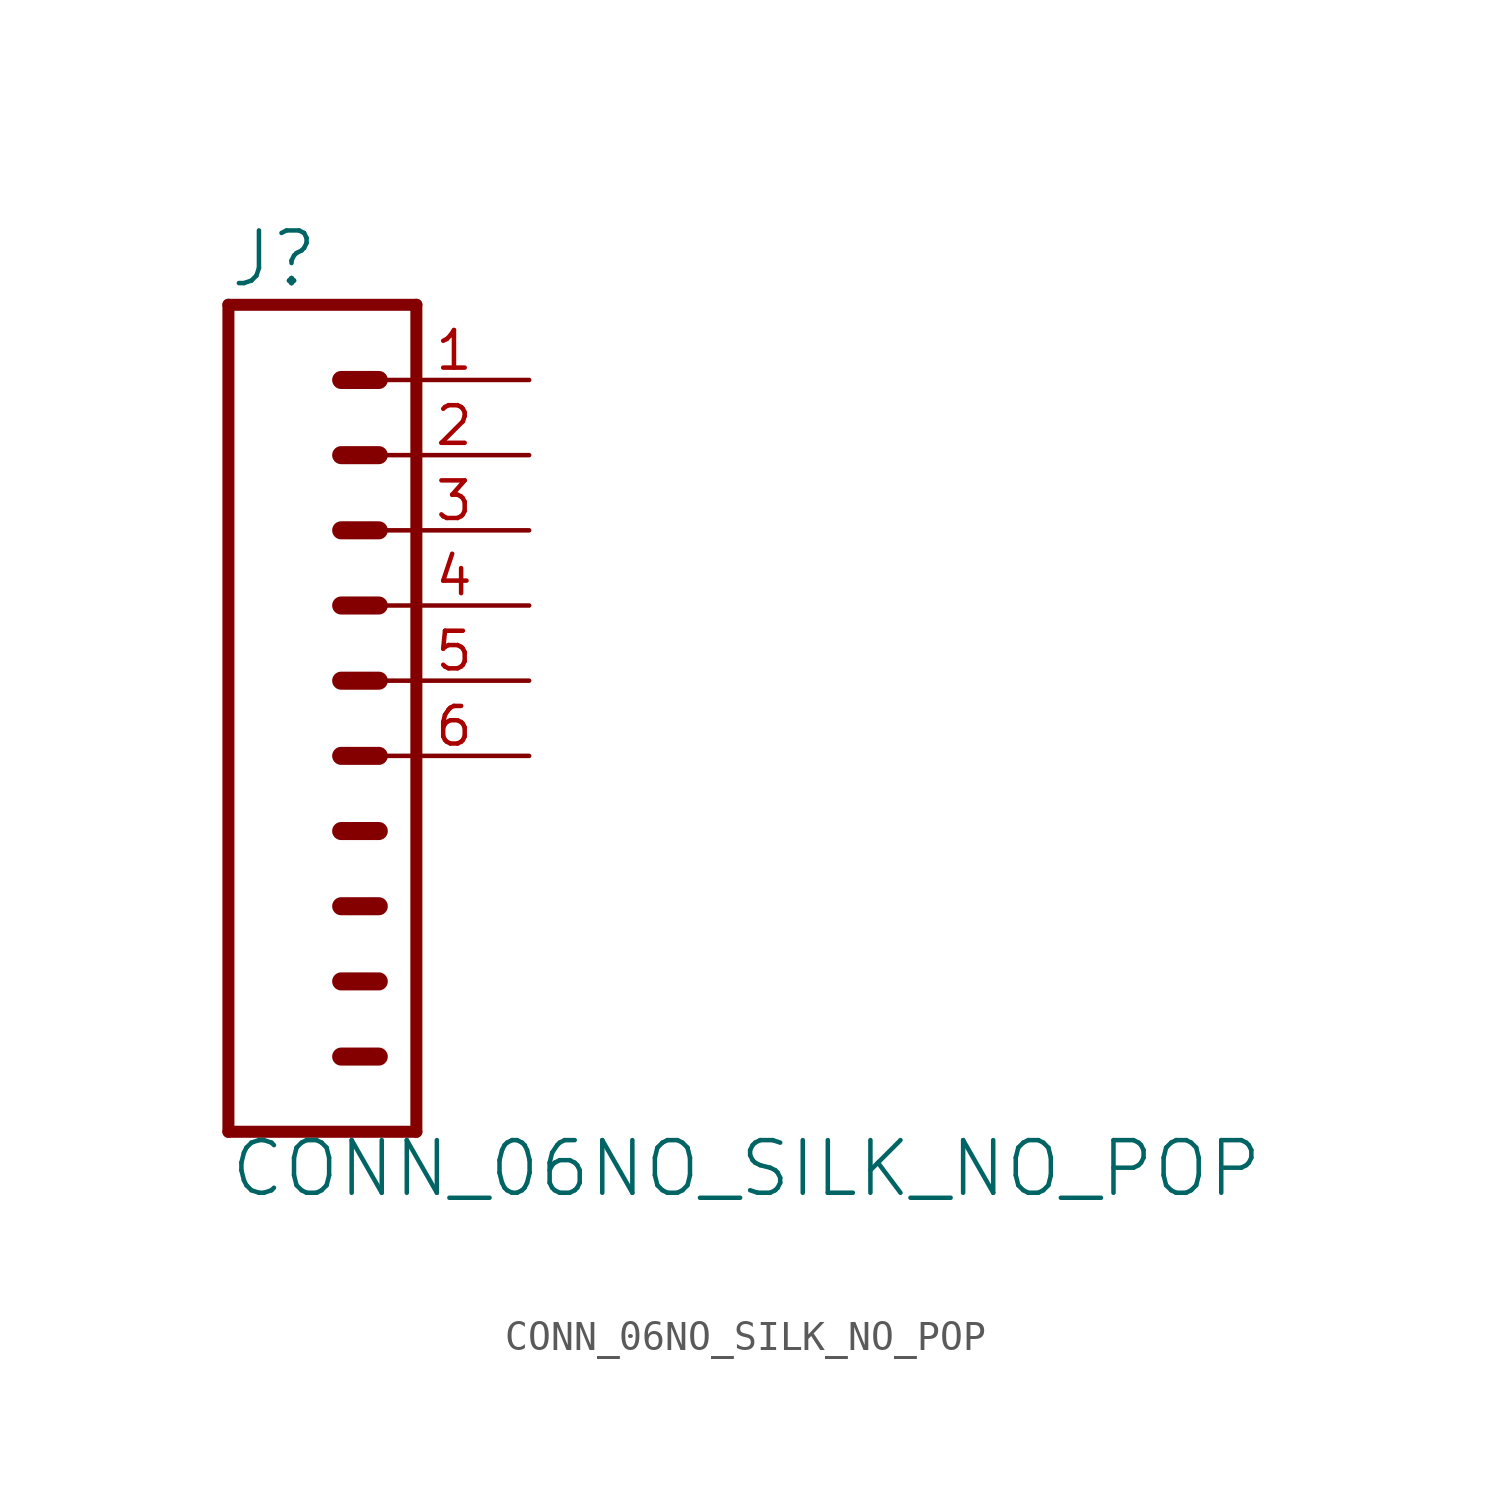
<source format=kicad_sym>
(kicad_symbol_lib
  (version 20211014)
  (generator kicad_symbol_editor)
  (symbol "CONN_06NO_SILK_NO_POP"
    (property "Reference" "J"
      (at -2.54 15.748 0)
      (effects (font (size 1.778 1.778)) (justify left bottom)))
    (property "Value" "CONN_06NO_SILK_NO_POP"
      (at -2.54 -14.986 0)
      (effects (font (size 1.778 1.778)) (justify left bottom)))
    (property "ki_locked" ""
      (at 0 0 0)
      (effects (font (size 1.27 1.27))))
    (symbol "CONN_06NO_SILK_NO_POP_1_0"
      (polyline (pts (xy -2.54 15.24) (xy -2.54 -12.7)) (stroke (width 0.406) (type default) (color 0 0 0 0)) (fill (type none)))
      (polyline (pts (xy -2.54 15.24) (xy 3.81 15.24)) (stroke (width 0.406) (type default) (color 0 0 0 0)) (fill (type none)))
      (polyline (pts (xy 1.27 -10.16) (xy 2.54 -10.16)) (stroke (width 0.61) (type default) (color 0 0 0 0)) (fill (type none)))
      (polyline (pts (xy 1.27 -7.62) (xy 2.54 -7.62)) (stroke (width 0.61) (type default) (color 0 0 0 0)) (fill (type none)))
      (polyline (pts (xy 1.27 -5.08) (xy 2.54 -5.08)) (stroke (width 0.61) (type default) (color 0 0 0 0)) (fill (type none)))
      (polyline (pts (xy 1.27 -2.54) (xy 2.54 -2.54)) (stroke (width 0.61) (type default) (color 0 0 0 0)) (fill (type none)))
      (polyline (pts (xy 1.27 0) (xy 2.54 0)) (stroke (width 0.61) (type default) (color 0 0 0 0)) (fill (type none)))
      (polyline (pts (xy 1.27 2.54) (xy 2.54 2.54)) (stroke (width 0.61) (type default) (color 0 0 0 0)) (fill (type none)))
      (polyline (pts (xy 1.27 5.08) (xy 2.54 5.08)) (stroke (width 0.61) (type default) (color 0 0 0 0)) (fill (type none)))
      (polyline (pts (xy 1.27 7.62) (xy 2.54 7.62)) (stroke (width 0.61) (type default) (color 0 0 0 0)) (fill (type none)))
      (polyline (pts (xy 1.27 10.16) (xy 2.54 10.16)) (stroke (width 0.61) (type default) (color 0 0 0 0)) (fill (type none)))
      (polyline (pts (xy 1.27 12.7) (xy 2.54 12.7)) (stroke (width 0.61) (type default) (color 0 0 0 0)) (fill (type none)))
      (polyline (pts (xy 3.81 -12.7) (xy -2.54 -12.7)) (stroke (width 0.406) (type default) (color 0 0 0 0)) (fill (type none)))
      (polyline (pts (xy 3.81 -12.7) (xy 3.81 15.24)) (stroke (width 0.406) (type default) (color 0 0 0 0)) (fill (type none)))
      (pin passive line (at 7.62 12.7 180) (length 5.08) (name "1" (effects (font (size 0 0)))) (number "1" (effects (font (size 1.27 1.27)))))
      (pin passive line (at 7.62 10.16 180) (length 5.08) (name "2" (effects (font (size 0 0)))) (number "2" (effects (font (size 1.27 1.27)))))
      (pin passive line (at 7.62 7.62 180) (length 5.08) (name "3" (effects (font (size 0 0)))) (number "3" (effects (font (size 1.27 1.27)))))
      (pin passive line (at 7.62 5.08 180) (length 5.08) (name "4" (effects (font (size 0 0)))) (number "4" (effects (font (size 1.27 1.27)))))
      (pin passive line (at 7.62 2.54 180) (length 5.08) (name "5" (effects (font (size 0 0)))) (number "5" (effects (font (size 1.27 1.27)))))
      (pin passive line (at 7.62 0 180) (length 5.08) (name "6" (effects (font (size 0 0)))) (number "6" (effects (font (size 1.27 1.27))))))))
</source>
